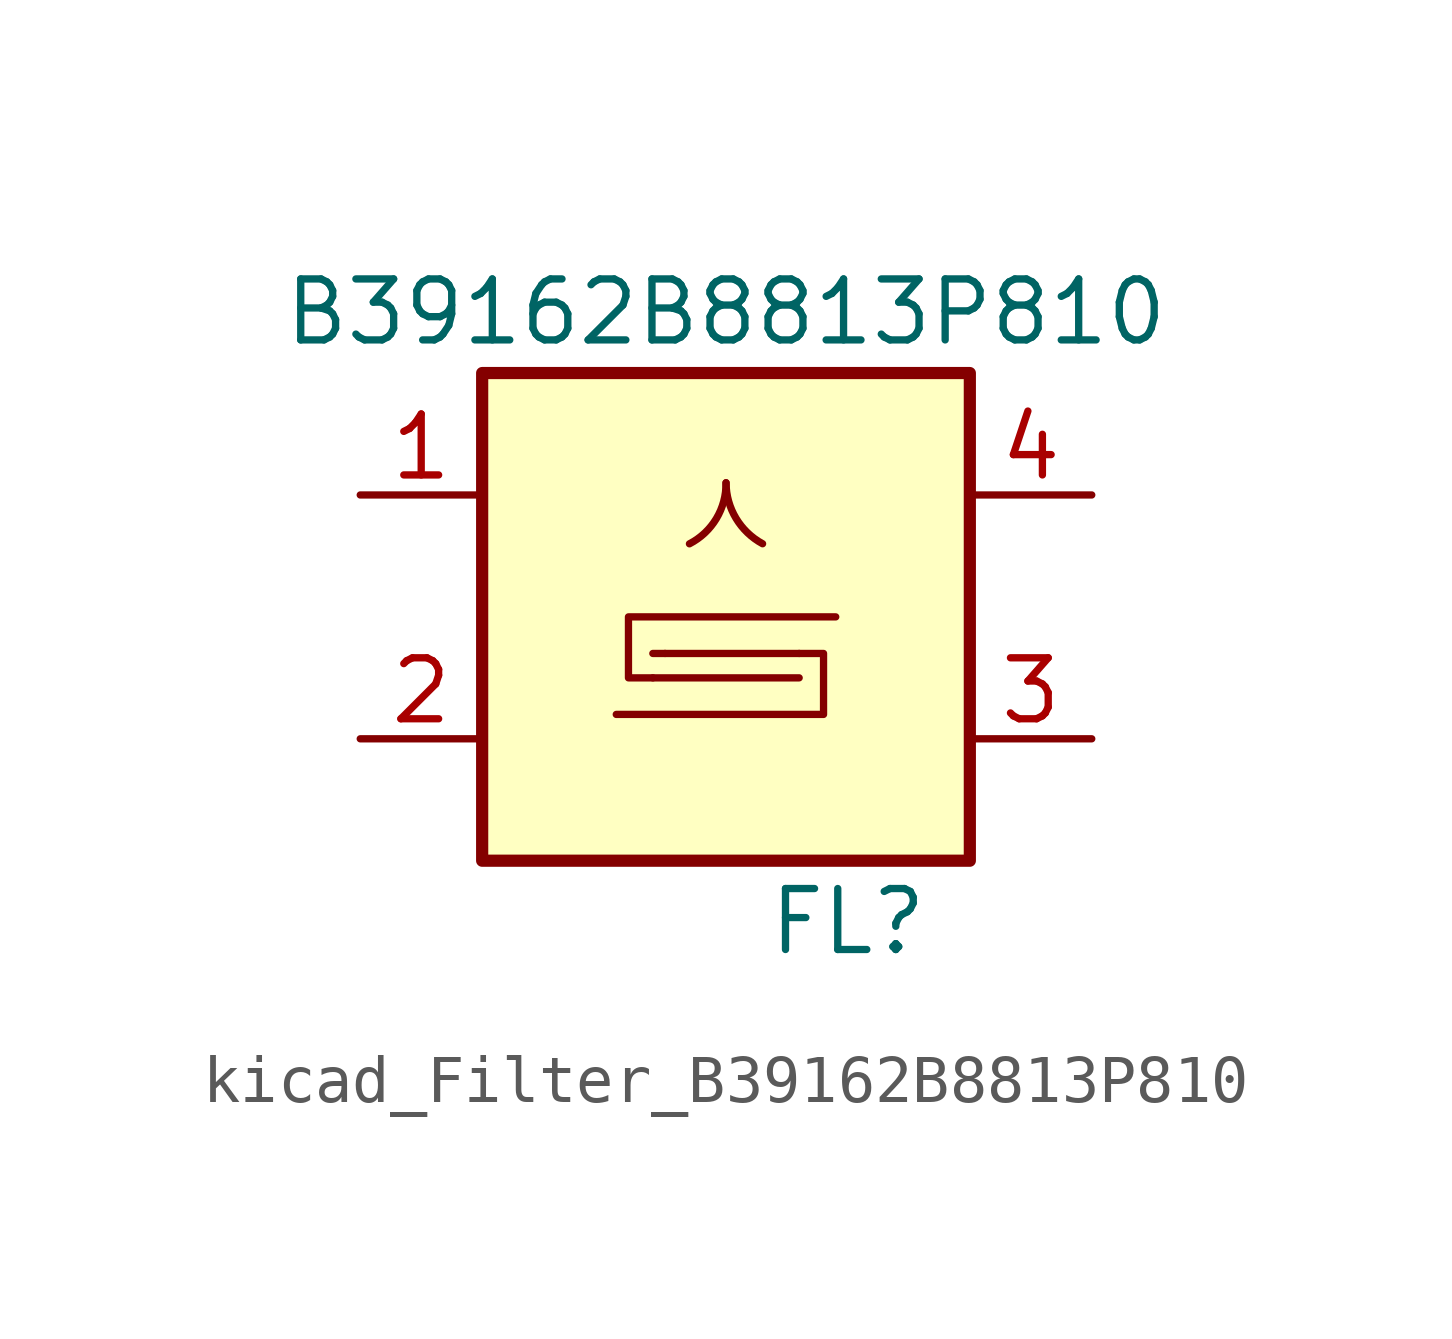
<source format=kicad_sym>
(kicad_symbol_lib
  (version 20220914)
  (generator kicad_symbol_editor)
  (symbol "kicad_Filter_B39162B8813P810"
    (pin_names
      (offset 1.016))
    (property "Reference" "FL"
      (at 2.54 -6.35 0)
      (effects (font (size 1.27 1.27))))
    (property "Value" "B39162B8813P810"
      (at 0 6.35 0)
      (effects (font (size 1.27 1.27))))
    (symbol "kicad_Filter_B39162B8813P810_0_1"
      (rectangle (start -5.08 5.08) (end 5.08 -5.08) (stroke (width 0.254) (type default)) (fill (type background)))
      (arc (start -0.762 1.524) (mid -0.1988 2.0511) (end 0 2.794) (stroke (width 0) (type default)) (fill (type none)))
      (polyline (pts (xy -1.524 -0.762) (xy -1.27 -0.762)) (stroke (width 0) (type default)) (fill (type none)))
      (polyline (pts (xy 1.524 -1.27) (xy -1.524 -1.27)) (stroke (width 0) (type default)) (fill (type none)))
      (polyline (pts (xy 1.524 -0.762) (xy -1.27 -0.762)) (stroke (width 0) (type default)) (fill (type none)))
      (polyline (pts (xy -1.524 -1.27) (xy -2.032 -1.27) (xy -2.032 0) (xy 2.286 0)) (stroke (width 0) (type default)) (fill (type none)))
      (polyline (pts (xy 1.524 -0.762) (xy 2.032 -0.762) (xy 2.032 -2.032) (xy -2.286 -2.032)) (stroke (width 0) (type default)) (fill (type none)))
      (arc (start 0 2.794) (mid 0.2065 2.0558) (end 0.762 1.524) (stroke (width 0) (type default)) (fill (type none))))
    (symbol "kicad_Filter_B39162B8813P810_1_1"
      (pin passive line (at -7.62 2.54 0) (length 2.54) (name "~" (effects (font (size 1.27 1.27)))) (number "1" (effects (font (size 1.27 1.27)))))
      (pin passive line (at -7.62 -2.54 0) (length 2.54) (name "~" (effects (font (size 1.27 1.27)))) (number "2" (effects (font (size 1.27 1.27)))))
      (pin passive line (at 7.62 -2.54 180) (length 2.54) (name "~" (effects (font (size 1.27 1.27)))) (number "3" (effects (font (size 1.27 1.27)))))
      (pin passive line (at 7.62 2.54 180) (length 2.54) (name "~" (effects (font (size 1.27 1.27)))) (number "4" (effects (font (size 1.27 1.27)))))
      (pin passive line (at -7.62 -2.54 0) (length 2.54) hide (name "~" (effects (font (size 1.27 1.27)))) (number "5" (effects (font (size 1.27 1.27))))))))
</source>
